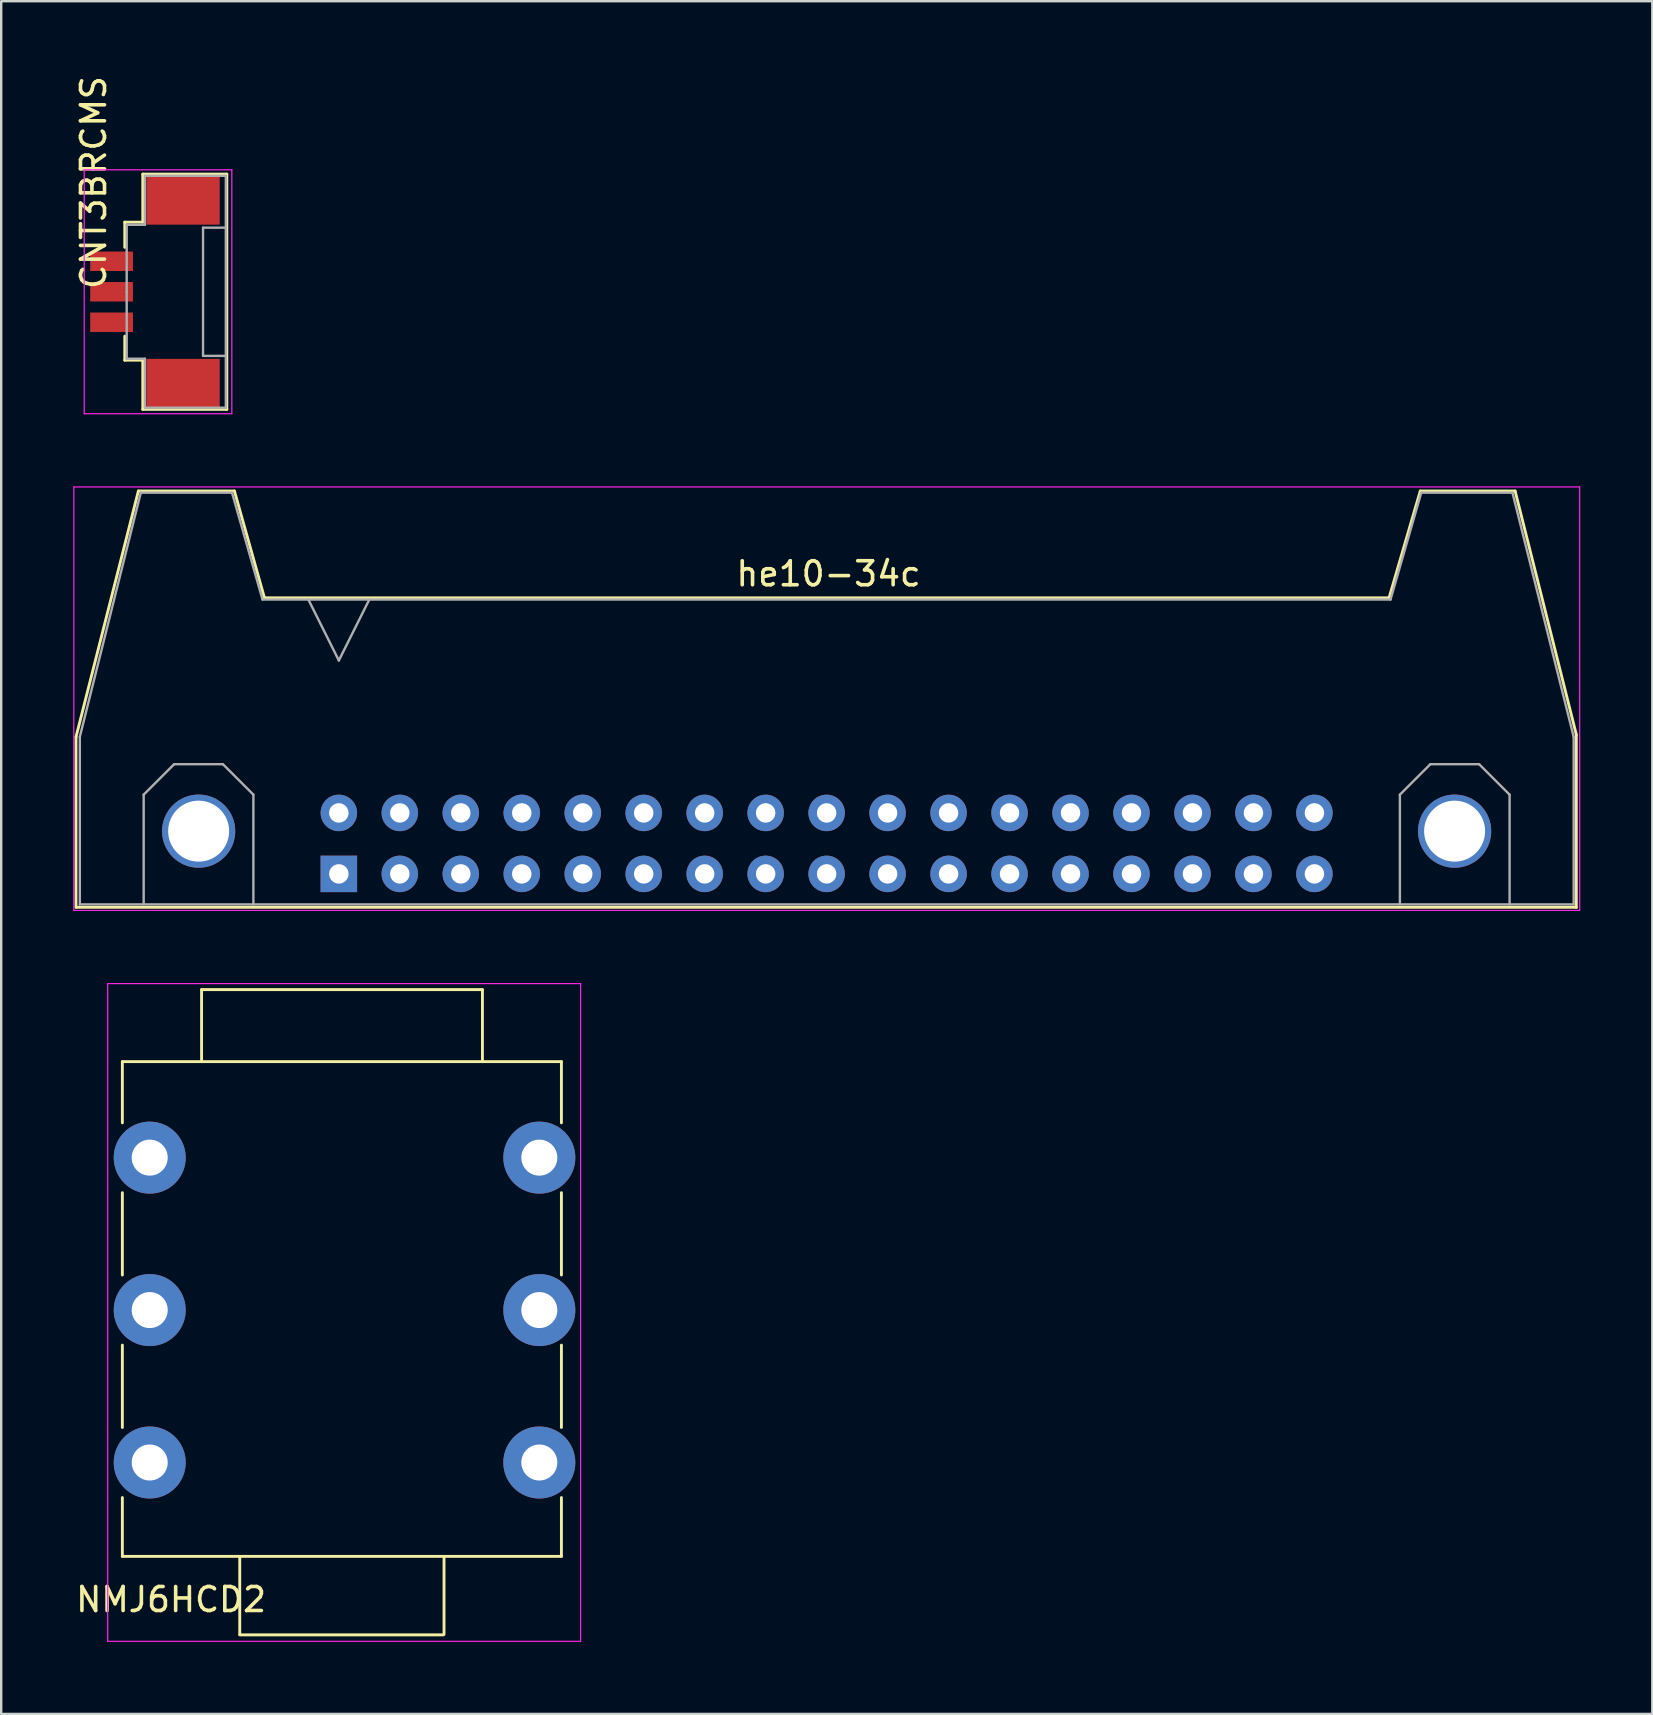
<source format=kicad_pcb>
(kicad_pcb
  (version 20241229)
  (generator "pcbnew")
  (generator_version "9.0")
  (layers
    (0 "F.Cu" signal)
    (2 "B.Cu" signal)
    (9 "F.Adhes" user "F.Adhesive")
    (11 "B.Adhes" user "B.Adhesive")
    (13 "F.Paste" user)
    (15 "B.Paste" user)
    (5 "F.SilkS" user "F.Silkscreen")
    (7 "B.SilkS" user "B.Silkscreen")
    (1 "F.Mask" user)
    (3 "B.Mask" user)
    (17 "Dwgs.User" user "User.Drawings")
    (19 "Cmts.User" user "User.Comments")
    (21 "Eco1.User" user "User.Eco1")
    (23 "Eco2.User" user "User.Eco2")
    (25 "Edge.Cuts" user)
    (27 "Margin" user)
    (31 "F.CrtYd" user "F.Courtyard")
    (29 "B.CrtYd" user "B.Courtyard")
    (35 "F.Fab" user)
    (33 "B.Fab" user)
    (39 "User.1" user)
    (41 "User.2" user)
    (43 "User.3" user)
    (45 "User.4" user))
  (footprint "he10-34c"
    (layer "F.Cu")
    (at 11.065 33.354)
    (property "Reference" "he10-34c" (at 20.4 -12.5 0) (layer "F.SilkS") (effects (font (size 1 1) (thickness 0.15))))
    (attr through_hole)
    (fp_line (start -10.95 1.4) (end -10.95 -5.7) (stroke (width 0.12) (type solid)) (layer "F.SilkS"))
    (fp_line (start -8.35 -15.95) (end -10.95 -5.7) (stroke (width 0.12) (type solid)) (layer "F.SilkS"))
    (fp_line (start -4.35 -15.95) (end -8.35 -15.95) (stroke (width 0.12) (type solid)) (layer "F.SilkS"))
    (fp_line (start -3.1 -11.5) (end -4.35 -15.95) (stroke (width 0.12) (type solid)) (layer "F.SilkS"))
    (fp_line (start 43.75 -11.5) (end -3.1 -11.5) (stroke (width 0.12) (type solid)) (layer "F.SilkS"))
    (fp_line (start 45.05 -15.95) (end 43.75 -11.5) (stroke (width 0.12) (type solid)) (layer "F.SilkS"))
    (fp_line (start 49 -15.95) (end 45.05 -15.95) (stroke (width 0.12) (type solid)) (layer "F.SilkS"))
    (fp_line (start 51.55 -5.8) (end 49 -15.95) (stroke (width 0.12) (type solid)) (layer "F.SilkS"))
    (fp_line (start 51.55 1.39) (end -10.91 1.39) (stroke (width 0.12) (type solid)) (layer "F.SilkS"))
    (fp_line (start 51.55 1.4) (end 51.55 -5.8) (stroke (width 0.12) (type solid)) (layer "F.SilkS"))
    (fp_line (start -11.04 -16.12) (end -11.04 1.52) (stroke (width 0.05) (type solid)) (layer "F.CrtYd"))
    (fp_line (start -11.04 -16.12) (end 51.69 -16.12) (stroke (width 0.05) (type solid)) (layer "F.CrtYd"))
    (fp_line (start 51.69 1.52) (end -11.04 1.52) (stroke (width 0.05) (type solid)) (layer "F.CrtYd"))
    (fp_line (start 51.69 1.52) (end 51.69 -16.12) (stroke (width 0.05) (type solid)) (layer "F.CrtYd"))
    (fp_line (start -10.79 -5.71) (end -10.79 1.27) (stroke (width 0.1) (type solid)) (layer "F.Fab"))
    (fp_line (start -10.79 1.27) (end 51.44 1.27) (stroke (width 0.1) (type solid)) (layer "F.Fab"))
    (fp_line (start -8.25 -15.88) (end -10.79 -5.71) (stroke (width 0.1) (type solid)) (layer "F.Fab"))
    (fp_line (start -8.25 -15.88) (end -4.45 -15.88) (stroke (width 0.1) (type solid)) (layer "F.Fab"))
    (fp_line (start -8.13 -3.3) (end -6.86 -4.57) (stroke (width 0.1) (type solid)) (layer "F.Fab"))
    (fp_line (start -8.13 1.27) (end -8.13 -3.3) (stroke (width 0.1) (type solid)) (layer "F.Fab"))
    (fp_line (start -6.86 -4.57) (end -4.83 -4.57) (stroke (width 0.1) (type solid)) (layer "F.Fab"))
    (fp_line (start -4.83 -4.57) (end -3.56 -3.3) (stroke (width 0.1) (type solid)) (layer "F.Fab"))
    (fp_line (start -4.45 -15.88) (end -3.18 -11.43) (stroke (width 0.1) (type solid)) (layer "F.Fab"))
    (fp_line (start -3.56 1.27) (end -3.56 -3.3) (stroke (width 0.1) (type solid)) (layer "F.Fab"))
    (fp_line (start -3.18 -11.43) (end 43.81 -11.43) (stroke (width 0.1) (type solid)) (layer "F.Fab"))
    (fp_line (start -1.27 -11.43) (end 0 -8.89) (stroke (width 0.1) (type solid)) (layer "F.Fab"))
    (fp_line (start 0 -8.89) (end 1.27 -11.43) (stroke (width 0.1) (type solid)) (layer "F.Fab"))
    (fp_line (start 44.2 -3.3) (end 45.47 -4.57) (stroke (width 0.1) (type solid)) (layer "F.Fab"))
    (fp_line (start 44.2 1.27) (end 44.2 -3.3) (stroke (width 0.1) (type solid)) (layer "F.Fab"))
    (fp_line (start 45.09 -15.88) (end 43.81 -11.43) (stroke (width 0.1) (type solid)) (layer "F.Fab"))
    (fp_line (start 45.47 -4.57) (end 47.5 -4.57) (stroke (width 0.1) (type solid)) (layer "F.Fab"))
    (fp_line (start 47.5 -4.57) (end 48.77 -3.3) (stroke (width 0.1) (type solid)) (layer "F.Fab"))
    (fp_line (start 48.77 -3.3) (end 48.77 1.27) (stroke (width 0.1) (type solid)) (layer "F.Fab"))
    (fp_line (start 48.89 -15.88) (end 45.09 -15.88) (stroke (width 0.1) (type solid)) (layer "F.Fab"))
    (fp_line (start 51.44 -5.71) (end 48.89 -15.88) (stroke (width 0.1) (type solid)) (layer "F.Fab"))
    (fp_line (start 51.44 1.27) (end 51.44 -5.71) (stroke (width 0.1) (type solid)) (layer "F.Fab"))
    (pad "0" thru_hole circle (at -5.84 -1.78) (size 3.05 3.05) (drill 2.54) (layers "*.Cu" "*.Mask"))
    (pad "0" thru_hole circle (at 46.48 -1.78) (size 3.05 3.05) (drill 2.54) (layers "*.Cu" "*.Mask"))
    (pad "1" thru_hole rect (at 0 0) (size 1.52 1.52) (drill 0.81) (layers "*.Cu" "*.Mask"))
    (pad "2" thru_hole circle (at 0 -2.54) (size 1.52 1.52) (drill 0.81) (layers "*.Cu" "*.Mask"))
    (pad "3" thru_hole circle (at 2.54 0) (size 1.52 1.52) (drill 0.81) (layers "*.Cu" "*.Mask"))
    (pad "4" thru_hole circle (at 2.54 -2.54) (size 1.52 1.52) (drill 0.81) (layers "*.Cu" "*.Mask"))
    (pad "5" thru_hole circle (at 5.08 0) (size 1.52 1.52) (drill 0.81) (layers "*.Cu" "*.Mask"))
    (pad "6" thru_hole circle (at 5.08 -2.54) (size 1.52 1.52) (drill 0.81) (layers "*.Cu" "*.Mask"))
    (pad "7" thru_hole circle (at 7.62 0) (size 1.52 1.52) (drill 0.81) (layers "*.Cu" "*.Mask"))
    (pad "8" thru_hole circle (at 7.62 -2.54) (size 1.52 1.52) (drill 0.81) (layers "*.Cu" "*.Mask"))
    (pad "9" thru_hole circle (at 10.16 0) (size 1.52 1.52) (drill 0.81) (layers "*.Cu" "*.Mask"))
    (pad "10" thru_hole circle (at 10.16 -2.54) (size 1.52 1.52) (drill 0.81) (layers "*.Cu" "*.Mask"))
    (pad "11" thru_hole circle (at 12.7 0) (size 1.52 1.52) (drill 0.81) (layers "*.Cu" "*.Mask"))
    (pad "12" thru_hole circle (at 12.7 -2.54) (size 1.52 1.52) (drill 0.81) (layers "*.Cu" "*.Mask"))
    (pad "13" thru_hole circle (at 15.24 0) (size 1.52 1.52) (drill 0.81) (layers "*.Cu" "*.Mask"))
    (pad "14" thru_hole circle (at 15.24 -2.54) (size 1.52 1.52) (drill 0.81) (layers "*.Cu" "*.Mask"))
    (pad "15" thru_hole circle (at 17.78 0) (size 1.52 1.52) (drill 0.81) (layers "*.Cu" "*.Mask"))
    (pad "16" thru_hole circle (at 17.78 -2.54) (size 1.52 1.52) (drill 0.81) (layers "*.Cu" "*.Mask"))
    (pad "17" thru_hole circle (at 20.32 0) (size 1.52 1.52) (drill 0.81) (layers "*.Cu" "*.Mask"))
    (pad "18" thru_hole circle (at 20.32 -2.54) (size 1.52 1.52) (drill 0.81) (layers "*.Cu" "*.Mask"))
    (pad "19" thru_hole circle (at 22.86 0) (size 1.52 1.52) (drill 0.81) (layers "*.Cu" "*.Mask"))
    (pad "20" thru_hole circle (at 22.86 -2.54) (size 1.52 1.52) (drill 0.81) (layers "*.Cu" "*.Mask"))
    (pad "21" thru_hole circle (at 25.4 0) (size 1.52 1.52) (drill 0.81) (layers "*.Cu" "*.Mask"))
    (pad "22" thru_hole circle (at 25.4 -2.54) (size 1.52 1.52) (drill 0.81) (layers "*.Cu" "*.Mask"))
    (pad "23" thru_hole circle (at 27.94 0) (size 1.52 1.52) (drill 0.81) (layers "*.Cu" "*.Mask"))
    (pad "24" thru_hole circle (at 27.94 -2.54) (size 1.52 1.52) (drill 0.81) (layers "*.Cu" "*.Mask"))
    (pad "25" thru_hole circle (at 30.48 0) (size 1.52 1.52) (drill 0.81) (layers "*.Cu" "*.Mask"))
    (pad "26" thru_hole circle (at 30.48 -2.54) (size 1.52 1.52) (drill 0.81) (layers "*.Cu" "*.Mask"))
    (pad "27" thru_hole circle (at 33.02 0) (size 1.52 1.52) (drill 0.81) (layers "*.Cu" "*.Mask"))
    (pad "28" thru_hole circle (at 33.02 -2.54) (size 1.52 1.52) (drill 0.81) (layers "*.Cu" "*.Mask"))
    (pad "29" thru_hole circle (at 35.56 0) (size 1.52 1.52) (drill 0.81) (layers "*.Cu" "*.Mask"))
    (pad "30" thru_hole circle (at 35.56 -2.54) (size 1.52 1.52) (drill 0.81) (layers "*.Cu" "*.Mask"))
    (pad "31" thru_hole circle (at 38.1 0) (size 1.52 1.52) (drill 0.81) (layers "*.Cu" "*.Mask"))
    (pad "32" thru_hole circle (at 38.1 -2.54) (size 1.52 1.52) (drill 0.81) (layers "*.Cu" "*.Mask"))
    (pad "33" thru_hole circle (at 40.64 0) (size 1.52 1.52) (drill 0.81) (layers "*.Cu" "*.Mask"))
    (pad "34" thru_hole circle (at 40.64 -2.54) (size 1.52 1.52) (drill 0.81) (layers "*.Cu" "*.Mask")))
  (footprint "CNT3BRCMS"
    (layer "F.Cu")
    (at 3.088 9.104)
    (property "Reference" "CNT3BRCMS" (at -2.24 -4.55 90) (layer "F.SilkS") (effects (font (size 1 1) (thickness 0.15))))
    (attr smd)
    (fp_line (start -0.94 -2.9) (end -0.19 -2.9) (stroke (width 0.12) (type solid)) (layer "F.SilkS"))
    (fp_line (start -0.94 -1.85) (end -0.94 -2.9) (stroke (width 0.12) (type solid)) (layer "F.SilkS"))
    (fp_line (start -0.94 2.85) (end -0.94 1.85) (stroke (width 0.12) (type solid)) (layer "F.SilkS"))
    (fp_line (start -0.19 -4.9) (end 3.31 -4.9) (stroke (width 0.12) (type solid)) (layer "F.SilkS"))
    (fp_line (start -0.19 -2.9) (end -0.19 -4.9) (stroke (width 0.12) (type solid)) (layer "F.SilkS"))
    (fp_line (start -0.19 2.85) (end -0.94 2.85) (stroke (width 0.12) (type solid)) (layer "F.SilkS"))
    (fp_line (start -0.19 4.9) (end -0.19 2.85) (stroke (width 0.12) (type solid)) (layer "F.SilkS"))
    (fp_line (start 3.31 -4.9) (end 3.31 4.9) (stroke (width 0.12) (type solid)) (layer "F.SilkS"))
    (fp_line (start 3.31 4.9) (end -0.19 4.9) (stroke (width 0.12) (type solid)) (layer "F.SilkS"))
    (fp_line (start -2.63 -5.08) (end -2.63 5.08) (stroke (width 0.05) (type solid)) (layer "F.CrtYd"))
    (fp_line (start -2.63 -5.08) (end 3.52 -5.08) (stroke (width 0.05) (type solid)) (layer "F.CrtYd"))
    (fp_line (start 3.52 5.08) (end -2.63 5.08) (stroke (width 0.05) (type solid)) (layer "F.CrtYd"))
    (fp_line (start 3.52 5.08) (end 3.52 -5.08) (stroke (width 0.05) (type solid)) (layer "F.CrtYd"))
    (fp_line (start -0.86 -2.79) (end -0.1 -2.79) (stroke (width 0.1) (type solid)) (layer "F.Fab"))
    (fp_line (start -0.86 0) (end -0.86 -2.79) (stroke (width 0.1) (type solid)) (layer "F.Fab"))
    (fp_line (start -0.86 2.79) (end -0.86 0) (stroke (width 0.1) (type solid)) (layer "F.Fab"))
    (fp_line (start -0.1 -4.83) (end 3.27 -4.83) (stroke (width 0.1) (type solid)) (layer "F.Fab"))
    (fp_line (start -0.1 -2.79) (end -0.1 -4.83) (stroke (width 0.1) (type solid)) (layer "F.Fab"))
    (fp_line (start -0.1 2.79) (end -0.86 2.79) (stroke (width 0.1) (type solid)) (layer "F.Fab"))
    (fp_line (start -0.1 4.83) (end -0.1 2.79) (stroke (width 0.1) (type solid)) (layer "F.Fab"))
    (fp_line (start 2.32 -2.67) (end 2.32 2.67) (stroke (width 0.1) (type solid)) (layer "F.Fab"))
    (fp_line (start 2.32 2.67) (end 3.27 2.67) (stroke (width 0.1) (type solid)) (layer "F.Fab"))
    (fp_line (start 3.27 -4.83) (end 3.27 4.83) (stroke (width 0.1) (type solid)) (layer "F.Fab"))
    (fp_line (start 3.27 -2.67) (end 2.32 -2.67) (stroke (width 0.1) (type solid)) (layer "F.Fab"))
    (fp_line (start 3.27 4.83) (end -0.1 4.83) (stroke (width 0.1) (type solid)) (layer "F.Fab"))
    (pad "" smd rect (at 1.49 -3.81) (size 3.05 2.03) (layers "F.Cu" "F.Mask" "F.Paste"))
    (pad "" smd rect (at 1.49 3.81) (size 3.05 2.03) (layers "F.Cu" "F.Mask" "F.Paste"))
    (pad "1" smd rect (at -1.49 -1.27) (size 1.78 0.81) (layers "F.Cu" "F.Mask" "F.Paste"))
    (pad "2" smd rect (at -1.49 0) (size 1.78 0.81) (layers "F.Cu" "F.Mask" "F.Paste"))
    (pad "3" smd rect (at -1.49 1.27) (size 1.78 0.81) (layers "F.Cu" "F.Mask" "F.Paste")))
  (footprint "NMJ6HCD2"
    (layer "F.Cu")
    (at 3.187 45.174)
    (property "Reference" "NMJ6HCD2" (at 0.89 18.41 0) (layer "F.SilkS") (effects (font (size 1 1) (thickness 0.15))))
    (attr through_hole)
    (fp_line (start -1.14 -4) (end 17.15 -4) (stroke (width 0.12) (type solid)) (layer "F.SilkS"))
    (fp_line (start -1.14 -1.45) (end -1.14 -4) (stroke (width 0.12) (type solid)) (layer "F.SilkS"))
    (fp_line (start -1.14 4.89) (end -1.14 1.46) (stroke (width 0.12) (type solid)) (layer "F.SilkS"))
    (fp_line (start -1.14 11.24) (end -1.14 7.81) (stroke (width 0.12) (type solid)) (layer "F.SilkS"))
    (fp_line (start -1.14 16.61) (end -1.14 14.16) (stroke (width 0.12) (type solid)) (layer "F.SilkS"))
    (fp_line (start -1.14 16.61) (end 17.15 16.61) (stroke (width 0.12) (type solid)) (layer "F.SilkS"))
    (fp_line (start 2.16 -7) (end 2.16 -4) (stroke (width 0.12) (type solid)) (layer "F.SilkS"))
    (fp_line (start 2.16 -7) (end 13.86 -7) (stroke (width 0.12) (type solid)) (layer "F.SilkS"))
    (fp_line (start 3.75 16.64) (end 3.75 19.86) (stroke (width 0.12) (type solid)) (layer "F.SilkS"))
    (fp_line (start 3.75 19.88) (end 12.23 19.88) (stroke (width 0.12) (type solid)) (layer "F.SilkS"))
    (fp_line (start 12.26 16.64) (end 12.26 19.86) (stroke (width 0.12) (type solid)) (layer "F.SilkS"))
    (fp_line (start 13.86 -7) (end 13.86 -4) (stroke (width 0.12) (type solid)) (layer "F.SilkS"))
    (fp_line (start 17.15 -4) (end 17.15 -1.45) (stroke (width 0.12) (type solid)) (layer "F.SilkS"))
    (fp_line (start 17.15 1.46) (end 17.15 4.89) (stroke (width 0.12) (type solid)) (layer "F.SilkS"))
    (fp_line (start 17.15 7.81) (end 17.15 11.24) (stroke (width 0.12) (type solid)) (layer "F.SilkS"))
    (fp_line (start 17.15 16.61) (end 17.15 14.16) (stroke (width 0.12) (type solid)) (layer "F.SilkS"))
    (fp_line (start -1.75 -7.25) (end -1.75 20.15) (stroke (width 0.05) (type solid)) (layer "F.CrtYd"))
    (fp_line (start -1.75 -7.25) (end 17.95 -7.25) (stroke (width 0.05) (type solid)) (layer "F.CrtYd"))
    (fp_line (start -1.75 20.15) (end 17.95 20.15) (stroke (width 0.05) (type solid)) (layer "F.CrtYd"))
    (fp_line (start 17.95 20.15) (end 17.95 -7.25) (stroke (width 0.05) (type solid)) (layer "F.CrtYd"))
    (pad "1" thru_hole circle (at 0 0) (size 3 3) (drill 1.5) (layers "*.Cu" "*.Mask"))
    (pad "2" thru_hole circle (at 0 12.7) (size 3 3) (drill 1.5) (layers "*.Cu" "*.Mask"))
    (pad "3" thru_hole circle (at 0 6.35) (size 3 3) (drill 1.5) (layers "*.Cu" "*.Mask"))
    (pad "4" thru_hole circle (at 16.23 0) (size 3 3) (drill 1.5) (layers "*.Cu" "*.Mask"))
    (pad "5" thru_hole circle (at 16.23 12.7) (size 3 3) (drill 1.5) (layers "*.Cu" "*.Mask"))
    (pad "6" thru_hole circle (at 16.23 6.35) (size 3 3) (drill 1.5) (layers "*.Cu" "*.Mask")))
  (gr_rect
    (start -3 -3)
    (end 65.78 68.349)
    (stroke (width 0.1) (type default))
    (fill no)
    (layer "Edge.Cuts")))
</source>
